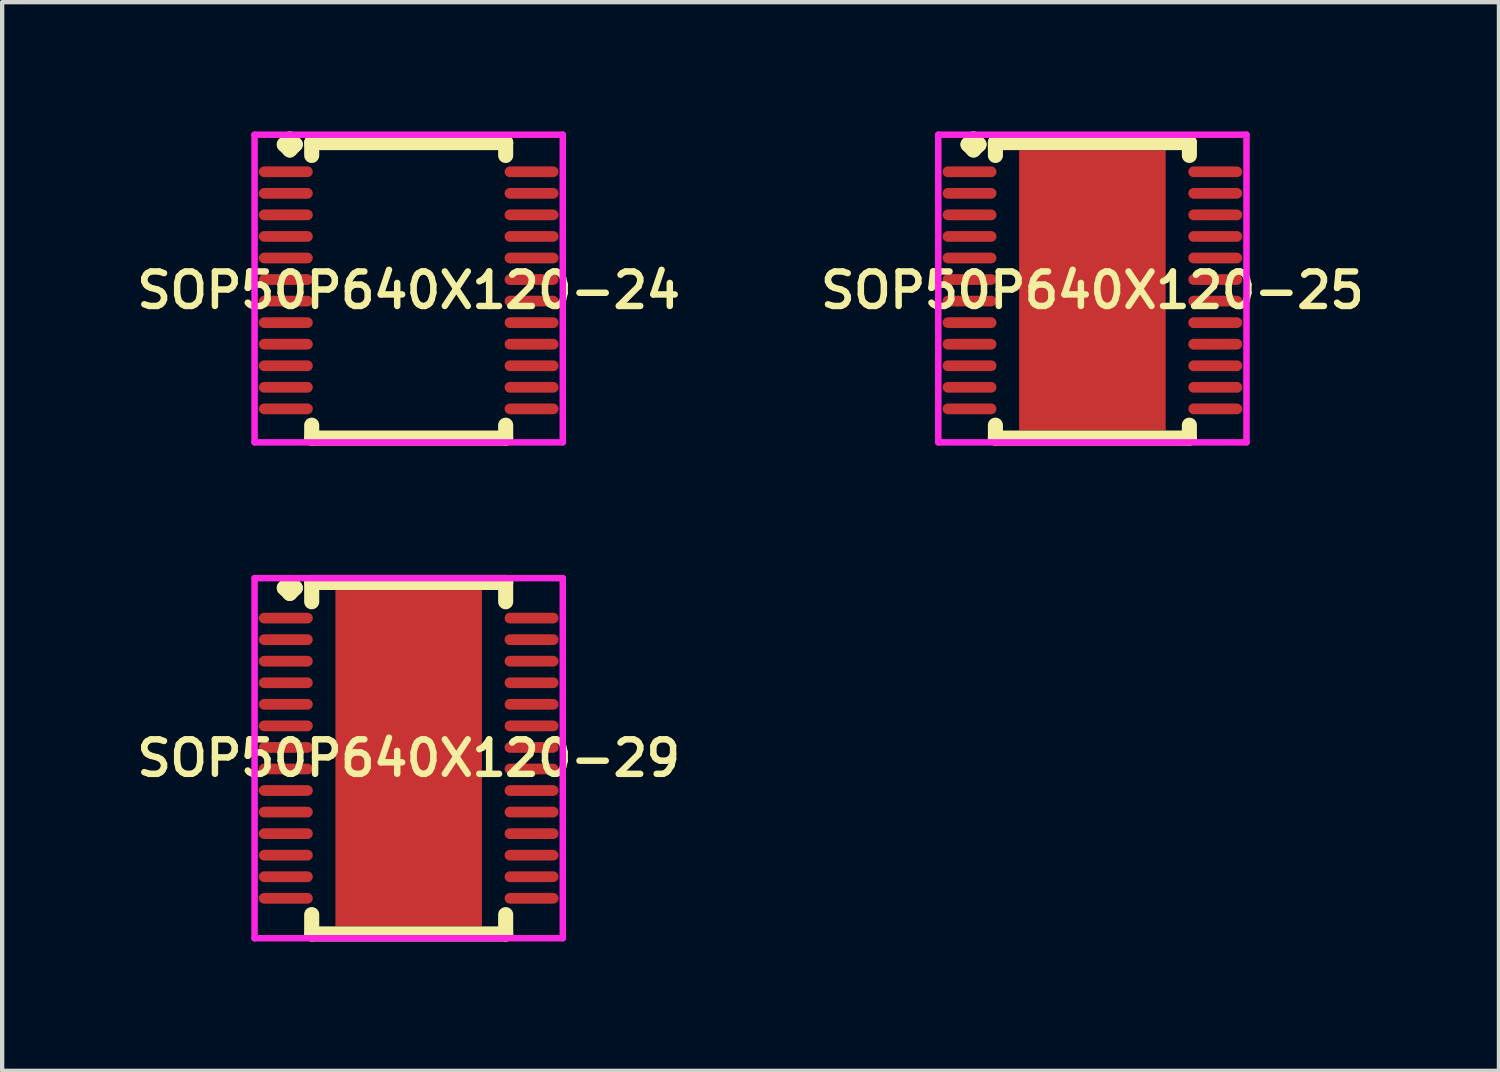
<source format=kicad_pcb>
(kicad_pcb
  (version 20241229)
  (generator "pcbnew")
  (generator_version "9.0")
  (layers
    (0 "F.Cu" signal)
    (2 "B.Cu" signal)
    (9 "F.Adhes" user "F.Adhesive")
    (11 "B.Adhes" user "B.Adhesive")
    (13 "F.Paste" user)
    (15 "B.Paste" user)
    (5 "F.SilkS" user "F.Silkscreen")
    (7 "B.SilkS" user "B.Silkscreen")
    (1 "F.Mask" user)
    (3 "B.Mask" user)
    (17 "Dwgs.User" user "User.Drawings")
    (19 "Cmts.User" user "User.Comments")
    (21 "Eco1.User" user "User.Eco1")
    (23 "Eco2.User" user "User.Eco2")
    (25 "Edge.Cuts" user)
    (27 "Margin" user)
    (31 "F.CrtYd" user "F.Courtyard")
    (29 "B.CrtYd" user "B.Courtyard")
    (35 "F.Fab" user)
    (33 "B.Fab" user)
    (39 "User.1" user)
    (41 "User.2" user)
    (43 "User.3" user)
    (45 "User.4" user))
  (footprint "SOP50P640X120-25"
    (layer "F.Cu")
    (at 22.292 3.685)
    (property "Reference" "SOP50P640X120-25" (at 0 0 0) (layer "F.SilkS") (effects (font (size 0.8 0.8) (thickness 0.15))))
    (attr smd)
    (fp_line (start -2.885 -3.383) (end -2.758 -3.51) (stroke (width 0.35) (type solid)) (layer "F.SilkS"))
    (fp_line (start -2.758 -3.51) (end -2.631 -3.383) (stroke (width 0.35) (type solid)) (layer "F.SilkS"))
    (fp_line (start -2.758 -3.256) (end -2.885 -3.383) (stroke (width 0.35) (type solid)) (layer "F.SilkS"))
    (fp_line (start -2.631 -3.383) (end -2.758 -3.256) (stroke (width 0.35) (type solid)) (layer "F.SilkS"))
    (fp_line (start -2.25 -3.427) (end 2.25 -3.427) (stroke (width 0.35) (type solid)) (layer "F.SilkS"))
    (fp_line (start -2.25 -3.129) (end -2.25 -3.427) (stroke (width 0.35) (type solid)) (layer "F.SilkS"))
    (fp_line (start -2.25 3.129) (end -2.25 3.427) (stroke (width 0.35) (type solid)) (layer "F.SilkS"))
    (fp_line (start -2.25 3.427) (end 2.25 3.427) (stroke (width 0.35) (type solid)) (layer "F.SilkS"))
    (fp_line (start 2.25 -3.427) (end 2.25 -3.129) (stroke (width 0.35) (type solid)) (layer "F.SilkS"))
    (fp_line (start 2.25 3.427) (end 2.25 3.129) (stroke (width 0.35) (type solid)) (layer "F.SilkS"))
    (fp_line (start -3.575 -3.61) (end 3.575 -3.61) (stroke (width 0.15) (type solid)) (layer "F.CrtYd"))
    (fp_line (start -3.575 3.527) (end -3.575 -3.61) (stroke (width 0.15) (type solid)) (layer "F.CrtYd"))
    (fp_line (start 3.575 -3.61) (end 3.575 3.527) (stroke (width 0.15) (type solid)) (layer "F.CrtYd"))
    (fp_line (start 3.575 3.527) (end -3.575 3.527) (stroke (width 0.15) (type solid)) (layer "F.CrtYd"))
    (pad "1" smd oval (at -2.85 -2.75) (size 1.25 0.25) (layers "F.Cu" "F.Mask" "F.Paste"))
    (pad "2" smd oval (at -2.85 -2.25) (size 1.25 0.25) (layers "F.Cu" "F.Mask" "F.Paste"))
    (pad "3" smd oval (at -2.85 -1.75) (size 1.25 0.25) (layers "F.Cu" "F.Mask" "F.Paste"))
    (pad "4" smd oval (at -2.85 -1.25) (size 1.25 0.25) (layers "F.Cu" "F.Mask" "F.Paste"))
    (pad "5" smd oval (at -2.85 -0.75) (size 1.25 0.25) (layers "F.Cu" "F.Mask" "F.Paste"))
    (pad "6" smd oval (at -2.85 -0.25) (size 1.25 0.25) (layers "F.Cu" "F.Mask" "F.Paste"))
    (pad "7" smd oval (at -2.85 0.25) (size 1.25 0.25) (layers "F.Cu" "F.Mask" "F.Paste"))
    (pad "8" smd oval (at -2.85 0.75) (size 1.25 0.25) (layers "F.Cu" "F.Mask" "F.Paste"))
    (pad "9" smd oval (at -2.85 1.25) (size 1.25 0.25) (layers "F.Cu" "F.Mask" "F.Paste"))
    (pad "10" smd oval (at -2.85 1.75) (size 1.25 0.25) (layers "F.Cu" "F.Mask" "F.Paste"))
    (pad "11" smd oval (at -2.85 2.25) (size 1.25 0.25) (layers "F.Cu" "F.Mask" "F.Paste"))
    (pad "12" smd oval (at -2.85 2.75) (size 1.25 0.25) (layers "F.Cu" "F.Mask" "F.Paste"))
    (pad "13" smd oval (at 2.85 2.75) (size 1.25 0.25) (layers "F.Cu" "F.Mask" "F.Paste"))
    (pad "14" smd oval (at 2.85 2.25) (size 1.25 0.25) (layers "F.Cu" "F.Mask" "F.Paste"))
    (pad "15" smd oval (at 2.85 1.75) (size 1.25 0.25) (layers "F.Cu" "F.Mask" "F.Paste"))
    (pad "16" smd oval (at 2.85 1.25) (size 1.25 0.25) (layers "F.Cu" "F.Mask" "F.Paste"))
    (pad "17" smd oval (at 2.85 0.75) (size 1.25 0.25) (layers "F.Cu" "F.Mask" "F.Paste"))
    (pad "18" smd oval (at 2.85 0.25) (size 1.25 0.25) (layers "F.Cu" "F.Mask" "F.Paste"))
    (pad "19" smd oval (at 2.85 -0.25) (size 1.25 0.25) (layers "F.Cu" "F.Mask" "F.Paste"))
    (pad "20" smd oval (at 2.85 -0.75) (size 1.25 0.25) (layers "F.Cu" "F.Mask" "F.Paste"))
    (pad "21" smd oval (at 2.85 -1.25) (size 1.25 0.25) (layers "F.Cu" "F.Mask" "F.Paste"))
    (pad "22" smd oval (at 2.85 -1.75) (size 1.25 0.25) (layers "F.Cu" "F.Mask" "F.Paste"))
    (pad "23" smd oval (at 2.85 -2.25) (size 1.25 0.25) (layers "F.Cu" "F.Mask" "F.Paste"))
    (pad "24" smd oval (at 2.85 -2.75) (size 1.25 0.25) (layers "F.Cu" "F.Mask" "F.Paste"))
    (pad "25" smd rect (at 0 0) (size 3.4 6.5) (layers "F.Cu" "F.Mask" "F.Paste")))
  (footprint "SOP50P640X120-29"
    (layer "F.Cu")
    (at 6.431 14.539)
    (property "Reference" "SOP50P640X120-29" (at 0 0 0) (layer "F.SilkS") (effects (font (size 0.8 0.8) (thickness 0.15))))
    (attr smd)
    (fp_line (start -2.885 -3.95) (end -2.758 -4.077) (stroke (width 0.35) (type solid)) (layer "F.SilkS"))
    (fp_line (start -2.758 -4.077) (end -2.631 -3.95) (stroke (width 0.35) (type solid)) (layer "F.SilkS"))
    (fp_line (start -2.758 -3.823) (end -2.885 -3.95) (stroke (width 0.35) (type solid)) (layer "F.SilkS"))
    (fp_line (start -2.631 -3.95) (end -2.758 -3.823) (stroke (width 0.35) (type solid)) (layer "F.SilkS"))
    (fp_line (start -2.25 -4.077) (end 2.25 -4.077) (stroke (width 0.35) (type solid)) (layer "F.SilkS"))
    (fp_line (start -2.25 -3.629) (end -2.25 -4.077) (stroke (width 0.35) (type solid)) (layer "F.SilkS"))
    (fp_line (start -2.25 3.629) (end -2.25 4.077) (stroke (width 0.35) (type solid)) (layer "F.SilkS"))
    (fp_line (start -2.25 4.077) (end 2.25 4.077) (stroke (width 0.35) (type solid)) (layer "F.SilkS"))
    (fp_line (start 2.25 -4.077) (end 2.25 -3.629) (stroke (width 0.35) (type solid)) (layer "F.SilkS"))
    (fp_line (start 2.25 4.077) (end 2.25 3.629) (stroke (width 0.35) (type solid)) (layer "F.SilkS"))
    (fp_line (start -3.575 -4.177) (end 3.575 -4.177) (stroke (width 0.15) (type solid)) (layer "F.CrtYd"))
    (fp_line (start -3.575 4.177) (end -3.575 -4.177) (stroke (width 0.15) (type solid)) (layer "F.CrtYd"))
    (fp_line (start 3.575 -4.177) (end 3.575 4.177) (stroke (width 0.15) (type solid)) (layer "F.CrtYd"))
    (fp_line (start 3.575 4.177) (end -3.575 4.177) (stroke (width 0.15) (type solid)) (layer "F.CrtYd"))
    (pad "1" smd oval (at -2.85 -3.25) (size 1.25 0.25) (layers "F.Cu" "F.Mask" "F.Paste"))
    (pad "2" smd oval (at -2.85 -2.75) (size 1.25 0.25) (layers "F.Cu" "F.Mask" "F.Paste"))
    (pad "3" smd oval (at -2.85 -2.25) (size 1.25 0.25) (layers "F.Cu" "F.Mask" "F.Paste"))
    (pad "4" smd oval (at -2.85 -1.75) (size 1.25 0.25) (layers "F.Cu" "F.Mask" "F.Paste"))
    (pad "5" smd oval (at -2.85 -1.25) (size 1.25 0.25) (layers "F.Cu" "F.Mask" "F.Paste"))
    (pad "6" smd oval (at -2.85 -0.75) (size 1.25 0.25) (layers "F.Cu" "F.Mask" "F.Paste"))
    (pad "7" smd oval (at -2.85 -0.25) (size 1.25 0.25) (layers "F.Cu" "F.Mask" "F.Paste"))
    (pad "8" smd oval (at -2.85 0.25) (size 1.25 0.25) (layers "F.Cu" "F.Mask" "F.Paste"))
    (pad "9" smd oval (at -2.85 0.75) (size 1.25 0.25) (layers "F.Cu" "F.Mask" "F.Paste"))
    (pad "10" smd oval (at -2.85 1.25) (size 1.25 0.25) (layers "F.Cu" "F.Mask" "F.Paste"))
    (pad "11" smd oval (at -2.85 1.75) (size 1.25 0.25) (layers "F.Cu" "F.Mask" "F.Paste"))
    (pad "12" smd oval (at -2.85 2.25) (size 1.25 0.25) (layers "F.Cu" "F.Mask" "F.Paste"))
    (pad "13" smd oval (at -2.85 2.75) (size 1.25 0.25) (layers "F.Cu" "F.Mask" "F.Paste"))
    (pad "14" smd oval (at -2.85 3.25) (size 1.25 0.25) (layers "F.Cu" "F.Mask" "F.Paste"))
    (pad "15" smd oval (at 2.85 3.25) (size 1.25 0.25) (layers "F.Cu" "F.Mask" "F.Paste"))
    (pad "16" smd oval (at 2.85 2.75) (size 1.25 0.25) (layers "F.Cu" "F.Mask" "F.Paste"))
    (pad "17" smd oval (at 2.85 2.25) (size 1.25 0.25) (layers "F.Cu" "F.Mask" "F.Paste"))
    (pad "18" smd oval (at 2.85 1.75) (size 1.25 0.25) (layers "F.Cu" "F.Mask" "F.Paste"))
    (pad "19" smd oval (at 2.85 1.25) (size 1.25 0.25) (layers "F.Cu" "F.Mask" "F.Paste"))
    (pad "20" smd oval (at 2.85 0.75) (size 1.25 0.25) (layers "F.Cu" "F.Mask" "F.Paste"))
    (pad "21" smd oval (at 2.85 0.25) (size 1.25 0.25) (layers "F.Cu" "F.Mask" "F.Paste"))
    (pad "22" smd oval (at 2.85 -0.25) (size 1.25 0.25) (layers "F.Cu" "F.Mask" "F.Paste"))
    (pad "23" smd oval (at 2.85 -0.75) (size 1.25 0.25) (layers "F.Cu" "F.Mask" "F.Paste"))
    (pad "24" smd oval (at 2.85 -1.25) (size 1.25 0.25) (layers "F.Cu" "F.Mask" "F.Paste"))
    (pad "25" smd oval (at 2.85 -1.75) (size 1.25 0.25) (layers "F.Cu" "F.Mask" "F.Paste"))
    (pad "26" smd oval (at 2.85 -2.25) (size 1.25 0.25) (layers "F.Cu" "F.Mask" "F.Paste"))
    (pad "27" smd oval (at 2.85 -2.75) (size 1.25 0.25) (layers "F.Cu" "F.Mask" "F.Paste"))
    (pad "28" smd oval (at 2.85 -3.25) (size 1.25 0.25) (layers "F.Cu" "F.Mask" "F.Paste"))
    (pad "29" smd rect (at 0 0) (size 3.4 7.8) (layers "F.Cu" "F.Mask" "F.Paste")))
  (footprint "SOP50P640X120-24"
    (layer "F.Cu")
    (at 6.431 3.685)
    (property "Reference" "SOP50P640X120-24" (at 0 0 0) (layer "F.SilkS") (effects (font (size 0.8 0.8) (thickness 0.15))))
    (attr smd)
    (fp_line (start -2.885 -3.383) (end -2.758 -3.51) (stroke (width 0.35) (type solid)) (layer "F.SilkS"))
    (fp_line (start -2.758 -3.51) (end -2.631 -3.383) (stroke (width 0.35) (type solid)) (layer "F.SilkS"))
    (fp_line (start -2.758 -3.256) (end -2.885 -3.383) (stroke (width 0.35) (type solid)) (layer "F.SilkS"))
    (fp_line (start -2.631 -3.383) (end -2.758 -3.256) (stroke (width 0.35) (type solid)) (layer "F.SilkS"))
    (fp_line (start -2.25 -3.427) (end 2.25 -3.427) (stroke (width 0.35) (type solid)) (layer "F.SilkS"))
    (fp_line (start -2.25 -3.129) (end -2.25 -3.427) (stroke (width 0.35) (type solid)) (layer "F.SilkS"))
    (fp_line (start -2.25 3.129) (end -2.25 3.427) (stroke (width 0.35) (type solid)) (layer "F.SilkS"))
    (fp_line (start -2.25 3.427) (end 2.25 3.427) (stroke (width 0.35) (type solid)) (layer "F.SilkS"))
    (fp_line (start 2.25 -3.427) (end 2.25 -3.129) (stroke (width 0.35) (type solid)) (layer "F.SilkS"))
    (fp_line (start 2.25 3.427) (end 2.25 3.129) (stroke (width 0.35) (type solid)) (layer "F.SilkS"))
    (fp_line (start -3.575 -3.61) (end 3.575 -3.61) (stroke (width 0.15) (type solid)) (layer "F.CrtYd"))
    (fp_line (start -3.575 3.527) (end -3.575 -3.61) (stroke (width 0.15) (type solid)) (layer "F.CrtYd"))
    (fp_line (start 3.575 -3.61) (end 3.575 3.527) (stroke (width 0.15) (type solid)) (layer "F.CrtYd"))
    (fp_line (start 3.575 3.527) (end -3.575 3.527) (stroke (width 0.15) (type solid)) (layer "F.CrtYd"))
    (pad "1" smd oval (at -2.85 -2.75) (size 1.25 0.25) (layers "F.Cu" "F.Mask" "F.Paste"))
    (pad "2" smd oval (at -2.85 -2.25) (size 1.25 0.25) (layers "F.Cu" "F.Mask" "F.Paste"))
    (pad "3" smd oval (at -2.85 -1.75) (size 1.25 0.25) (layers "F.Cu" "F.Mask" "F.Paste"))
    (pad "4" smd oval (at -2.85 -1.25) (size 1.25 0.25) (layers "F.Cu" "F.Mask" "F.Paste"))
    (pad "5" smd oval (at -2.85 -0.75) (size 1.25 0.25) (layers "F.Cu" "F.Mask" "F.Paste"))
    (pad "6" smd oval (at -2.85 -0.25) (size 1.25 0.25) (layers "F.Cu" "F.Mask" "F.Paste"))
    (pad "7" smd oval (at -2.85 0.25) (size 1.25 0.25) (layers "F.Cu" "F.Mask" "F.Paste"))
    (pad "8" smd oval (at -2.85 0.75) (size 1.25 0.25) (layers "F.Cu" "F.Mask" "F.Paste"))
    (pad "9" smd oval (at -2.85 1.25) (size 1.25 0.25) (layers "F.Cu" "F.Mask" "F.Paste"))
    (pad "10" smd oval (at -2.85 1.75) (size 1.25 0.25) (layers "F.Cu" "F.Mask" "F.Paste"))
    (pad "11" smd oval (at -2.85 2.25) (size 1.25 0.25) (layers "F.Cu" "F.Mask" "F.Paste"))
    (pad "12" smd oval (at -2.85 2.75) (size 1.25 0.25) (layers "F.Cu" "F.Mask" "F.Paste"))
    (pad "13" smd oval (at 2.85 2.75) (size 1.25 0.25) (layers "F.Cu" "F.Mask" "F.Paste"))
    (pad "14" smd oval (at 2.85 2.25) (size 1.25 0.25) (layers "F.Cu" "F.Mask" "F.Paste"))
    (pad "15" smd oval (at 2.85 1.75) (size 1.25 0.25) (layers "F.Cu" "F.Mask" "F.Paste"))
    (pad "16" smd oval (at 2.85 1.25) (size 1.25 0.25) (layers "F.Cu" "F.Mask" "F.Paste"))
    (pad "17" smd oval (at 2.85 0.75) (size 1.25 0.25) (layers "F.Cu" "F.Mask" "F.Paste"))
    (pad "18" smd oval (at 2.85 0.25) (size 1.25 0.25) (layers "F.Cu" "F.Mask" "F.Paste"))
    (pad "19" smd oval (at 2.85 -0.25) (size 1.25 0.25) (layers "F.Cu" "F.Mask" "F.Paste"))
    (pad "20" smd oval (at 2.85 -0.75) (size 1.25 0.25) (layers "F.Cu" "F.Mask" "F.Paste"))
    (pad "21" smd oval (at 2.85 -1.25) (size 1.25 0.25) (layers "F.Cu" "F.Mask" "F.Paste"))
    (pad "22" smd oval (at 2.85 -1.75) (size 1.25 0.25) (layers "F.Cu" "F.Mask" "F.Paste"))
    (pad "23" smd oval (at 2.85 -2.25) (size 1.25 0.25) (layers "F.Cu" "F.Mask" "F.Paste"))
    (pad "24" smd oval (at 2.85 -2.75) (size 1.25 0.25) (layers "F.Cu" "F.Mask" "F.Paste")))
  (gr_rect
    (start -3 -3)
    (end 31.723 21.791)
    (stroke (width 0.1) (type default))
    (fill no)
    (layer "Edge.Cuts")))
</source>
